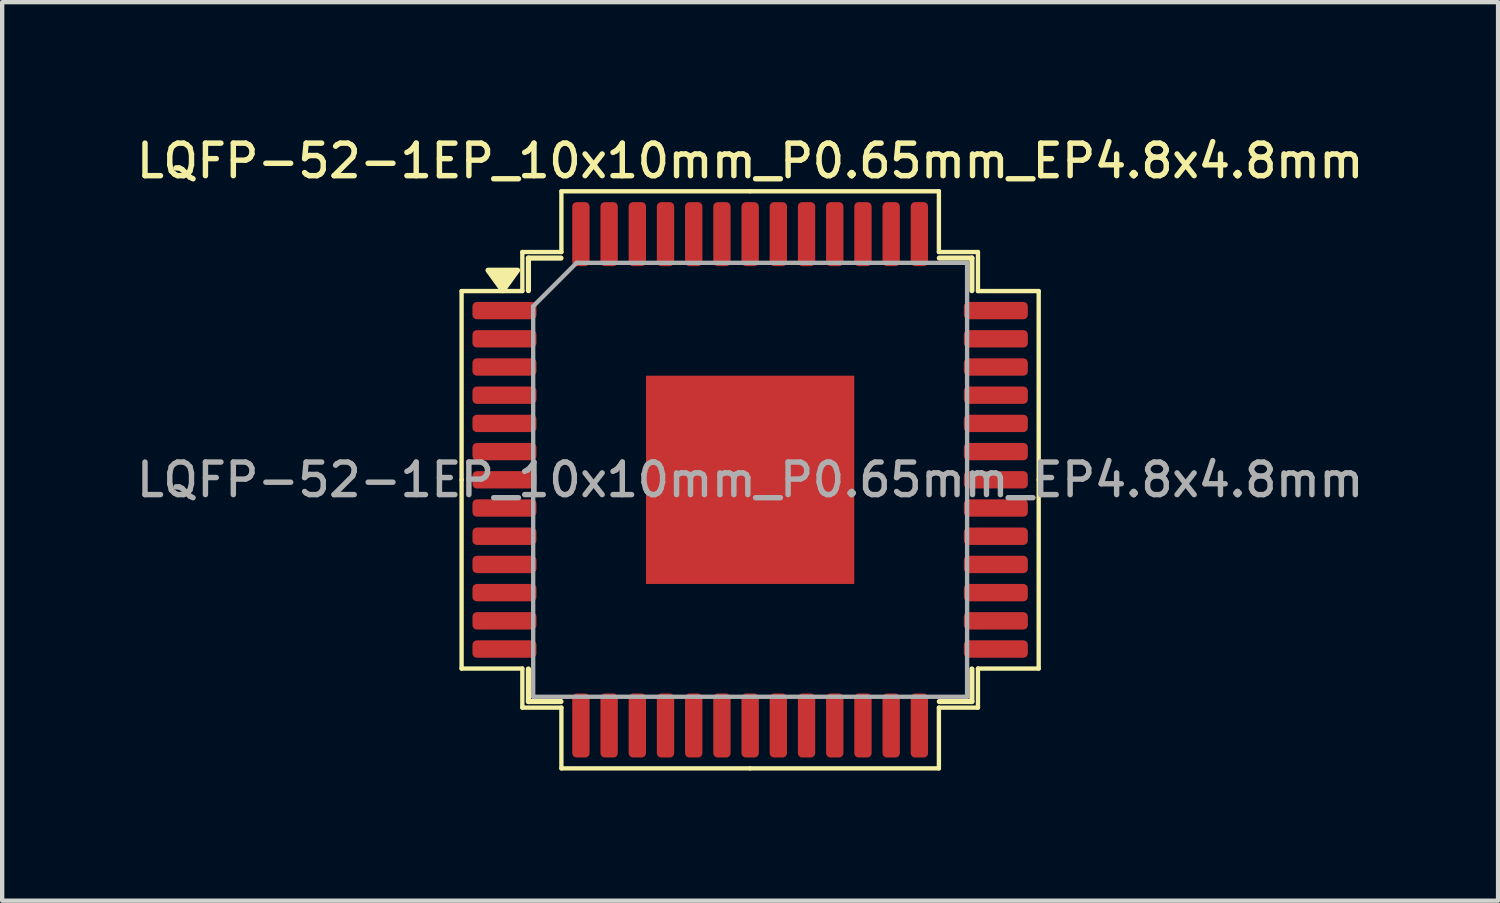
<source format=kicad_pcb>
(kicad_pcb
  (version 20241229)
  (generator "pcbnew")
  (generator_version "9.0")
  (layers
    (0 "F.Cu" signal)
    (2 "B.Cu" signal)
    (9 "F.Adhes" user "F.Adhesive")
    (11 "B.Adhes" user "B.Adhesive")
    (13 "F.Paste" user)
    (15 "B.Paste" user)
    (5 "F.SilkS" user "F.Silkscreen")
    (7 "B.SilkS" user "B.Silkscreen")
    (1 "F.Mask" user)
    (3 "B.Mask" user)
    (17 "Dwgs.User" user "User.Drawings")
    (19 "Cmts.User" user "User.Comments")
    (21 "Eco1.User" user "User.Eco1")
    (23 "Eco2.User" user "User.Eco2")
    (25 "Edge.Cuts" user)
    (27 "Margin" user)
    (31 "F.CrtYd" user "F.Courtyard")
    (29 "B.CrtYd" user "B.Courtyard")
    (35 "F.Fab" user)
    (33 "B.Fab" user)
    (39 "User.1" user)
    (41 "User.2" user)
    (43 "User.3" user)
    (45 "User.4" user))
  (footprint "LQFP-52-1EP_10x10mm_P0.65mm_EP4.8x4.8mm"
    (layer "F.Cu")
    (at 14.238 8.008)
    (property "Reference" "LQFP-52-1EP_10x10mm_P0.65mm_EP4.8x4.8mm" (at 0 -7.35 0) (layer "F.SilkS") (effects (font (size 0.75 0.75) (thickness 0.125))))
    (attr smd)
    (fp_line (start -6.65 -4.35) (end -6.65 0) (stroke (width 0.1) (type solid)) (layer "F.SilkS"))
    (fp_line (start -6.65 4.35) (end -6.65 0) (stroke (width 0.1) (type solid)) (layer "F.SilkS"))
    (fp_line (start -5.25 -5.25) (end -5.25 -4.35) (stroke (width 0.1) (type solid)) (layer "F.SilkS"))
    (fp_line (start -5.25 -4.35) (end -6.65 -4.35) (stroke (width 0.1) (type solid)) (layer "F.SilkS"))
    (fp_line (start -5.25 4.35) (end -6.65 4.35) (stroke (width 0.1) (type solid)) (layer "F.SilkS"))
    (fp_line (start -5.25 5.25) (end -5.25 4.35) (stroke (width 0.1) (type solid)) (layer "F.SilkS"))
    (fp_line (start -5.11 -5.11) (end -5.11 -4.36) (stroke (width 0.12) (type solid)) (layer "F.SilkS"))
    (fp_line (start -5.11 5.11) (end -5.11 4.36) (stroke (width 0.12) (type solid)) (layer "F.SilkS"))
    (fp_line (start -4.36 -5.11) (end -5.11 -5.11) (stroke (width 0.12) (type solid)) (layer "F.SilkS"))
    (fp_line (start -4.36 5.11) (end -5.11 5.11) (stroke (width 0.12) (type solid)) (layer "F.SilkS"))
    (fp_line (start -4.35 -6.65) (end -4.35 -5.25) (stroke (width 0.1) (type solid)) (layer "F.SilkS"))
    (fp_line (start -4.35 -5.25) (end -5.25 -5.25) (stroke (width 0.1) (type solid)) (layer "F.SilkS"))
    (fp_line (start -4.35 5.25) (end -5.25 5.25) (stroke (width 0.1) (type solid)) (layer "F.SilkS"))
    (fp_line (start -4.35 6.65) (end -4.35 5.25) (stroke (width 0.1) (type solid)) (layer "F.SilkS"))
    (fp_line (start 0 -6.65) (end -4.35 -6.65) (stroke (width 0.1) (type solid)) (layer "F.SilkS"))
    (fp_line (start 0 -6.65) (end 4.35 -6.65) (stroke (width 0.1) (type solid)) (layer "F.SilkS"))
    (fp_line (start 0 6.65) (end -4.35 6.65) (stroke (width 0.1) (type solid)) (layer "F.SilkS"))
    (fp_line (start 0 6.65) (end 4.35 6.65) (stroke (width 0.1) (type solid)) (layer "F.SilkS"))
    (fp_line (start 4.35 -6.65) (end 4.35 -5.25) (stroke (width 0.1) (type solid)) (layer "F.SilkS"))
    (fp_line (start 4.35 -5.25) (end 5.25 -5.25) (stroke (width 0.1) (type solid)) (layer "F.SilkS"))
    (fp_line (start 4.35 5.25) (end 5.25 5.25) (stroke (width 0.1) (type solid)) (layer "F.SilkS"))
    (fp_line (start 4.35 6.65) (end 4.35 5.25) (stroke (width 0.1) (type solid)) (layer "F.SilkS"))
    (fp_line (start 4.36 -5.11) (end 5.11 -5.11) (stroke (width 0.12) (type solid)) (layer "F.SilkS"))
    (fp_line (start 4.36 5.11) (end 5.11 5.11) (stroke (width 0.12) (type solid)) (layer "F.SilkS"))
    (fp_line (start 5.11 -5.11) (end 5.11 -4.36) (stroke (width 0.12) (type solid)) (layer "F.SilkS"))
    (fp_line (start 5.11 5.11) (end 5.11 4.36) (stroke (width 0.12) (type solid)) (layer "F.SilkS"))
    (fp_line (start 5.25 -5.25) (end 5.25 -4.35) (stroke (width 0.1) (type solid)) (layer "F.SilkS"))
    (fp_line (start 5.25 -4.35) (end 6.65 -4.35) (stroke (width 0.1) (type solid)) (layer "F.SilkS"))
    (fp_line (start 5.25 4.35) (end 6.65 4.35) (stroke (width 0.1) (type solid)) (layer "F.SilkS"))
    (fp_line (start 5.25 5.25) (end 5.25 4.35) (stroke (width 0.1) (type solid)) (layer "F.SilkS"))
    (fp_line (start 6.65 -4.35) (end 6.65 0) (stroke (width 0.1) (type solid)) (layer "F.SilkS"))
    (fp_line (start 6.65 4.35) (end 6.65 0) (stroke (width 0.1) (type solid)) (layer "F.SilkS"))
    (fp_poly (pts (xy -5.7 -4.36) (xy -6.04 -4.83) (xy -5.36 -4.83) (xy -5.7 -4.36)) (stroke (width 0.12) (type solid)) (fill yes) (layer "F.SilkS"))
    (fp_line (start -5 -4) (end -4 -5) (stroke (width 0.1) (type solid)) (layer "F.Fab"))
    (fp_line (start -5 5) (end -5 -4) (stroke (width 0.1) (type solid)) (layer "F.Fab"))
    (fp_line (start -4 -5) (end 5 -5) (stroke (width 0.1) (type solid)) (layer "F.Fab"))
    (fp_line (start 5 -5) (end 5 5) (stroke (width 0.1) (type solid)) (layer "F.Fab"))
    (fp_line (start 5 5) (end -5 5) (stroke (width 0.1) (type solid)) (layer "F.Fab"))
    (fp_text user "${REFERENCE}" (at 0 0 0) (layer "F.Fab") (effects (font (size 0.75 0.75) (thickness 0.125))))
    (pad "" smd roundrect (at -1.6 -1.6) (size 1.29 1.29) (layers "F.Paste") (roundrect_rratio 0.194))
    (pad "" smd roundrect (at -1.6 0) (size 1.29 1.29) (layers "F.Paste") (roundrect_rratio 0.194))
    (pad "" smd roundrect (at -1.6 1.6) (size 1.29 1.29) (layers "F.Paste") (roundrect_rratio 0.194))
    (pad "" smd roundrect (at 0 -1.6) (size 1.29 1.29) (layers "F.Paste") (roundrect_rratio 0.194))
    (pad "" smd roundrect (at 0 0) (size 1.29 1.29) (layers "F.Paste") (roundrect_rratio 0.194))
    (pad "" smd roundrect (at 0 1.6) (size 1.29 1.29) (layers "F.Paste") (roundrect_rratio 0.194))
    (pad "" smd roundrect (at 1.6 -1.6) (size 1.29 1.29) (layers "F.Paste") (roundrect_rratio 0.194))
    (pad "" smd roundrect (at 1.6 0) (size 1.29 1.29) (layers "F.Paste") (roundrect_rratio 0.194))
    (pad "" smd roundrect (at 1.6 1.6) (size 1.29 1.29) (layers "F.Paste") (roundrect_rratio 0.194))
    (pad "1" smd roundrect (at -5.662 -3.9) (size 1.475 0.4) (layers "F.Cu" "F.Mask" "F.Paste") (roundrect_rratio 0.25))
    (pad "2" smd roundrect (at -5.662 -3.25) (size 1.475 0.4) (layers "F.Cu" "F.Mask" "F.Paste") (roundrect_rratio 0.25))
    (pad "3" smd roundrect (at -5.662 -2.6) (size 1.475 0.4) (layers "F.Cu" "F.Mask" "F.Paste") (roundrect_rratio 0.25))
    (pad "4" smd roundrect (at -5.662 -1.95) (size 1.475 0.4) (layers "F.Cu" "F.Mask" "F.Paste") (roundrect_rratio 0.25))
    (pad "5" smd roundrect (at -5.662 -1.3) (size 1.475 0.4) (layers "F.Cu" "F.Mask" "F.Paste") (roundrect_rratio 0.25))
    (pad "6" smd roundrect (at -5.662 -0.65) (size 1.475 0.4) (layers "F.Cu" "F.Mask" "F.Paste") (roundrect_rratio 0.25))
    (pad "7" smd roundrect (at -5.662 0) (size 1.475 0.4) (layers "F.Cu" "F.Mask" "F.Paste") (roundrect_rratio 0.25))
    (pad "8" smd roundrect (at -5.662 0.65) (size 1.475 0.4) (layers "F.Cu" "F.Mask" "F.Paste") (roundrect_rratio 0.25))
    (pad "9" smd roundrect (at -5.662 1.3) (size 1.475 0.4) (layers "F.Cu" "F.Mask" "F.Paste") (roundrect_rratio 0.25))
    (pad "10" smd roundrect (at -5.662 1.95) (size 1.475 0.4) (layers "F.Cu" "F.Mask" "F.Paste") (roundrect_rratio 0.25))
    (pad "11" smd roundrect (at -5.662 2.6) (size 1.475 0.4) (layers "F.Cu" "F.Mask" "F.Paste") (roundrect_rratio 0.25))
    (pad "12" smd roundrect (at -5.662 3.25) (size 1.475 0.4) (layers "F.Cu" "F.Mask" "F.Paste") (roundrect_rratio 0.25))
    (pad "13" smd roundrect (at -5.662 3.9) (size 1.475 0.4) (layers "F.Cu" "F.Mask" "F.Paste") (roundrect_rratio 0.25))
    (pad "14" smd roundrect (at -3.9 5.662) (size 0.4 1.475) (layers "F.Cu" "F.Mask" "F.Paste") (roundrect_rratio 0.25))
    (pad "15" smd roundrect (at -3.25 5.662) (size 0.4 1.475) (layers "F.Cu" "F.Mask" "F.Paste") (roundrect_rratio 0.25))
    (pad "16" smd roundrect (at -2.6 5.662) (size 0.4 1.475) (layers "F.Cu" "F.Mask" "F.Paste") (roundrect_rratio 0.25))
    (pad "17" smd roundrect (at -1.95 5.662) (size 0.4 1.475) (layers "F.Cu" "F.Mask" "F.Paste") (roundrect_rratio 0.25))
    (pad "18" smd roundrect (at -1.3 5.662) (size 0.4 1.475) (layers "F.Cu" "F.Mask" "F.Paste") (roundrect_rratio 0.25))
    (pad "19" smd roundrect (at -0.65 5.662) (size 0.4 1.475) (layers "F.Cu" "F.Mask" "F.Paste") (roundrect_rratio 0.25))
    (pad "20" smd roundrect (at 0 5.662) (size 0.4 1.475) (layers "F.Cu" "F.Mask" "F.Paste") (roundrect_rratio 0.25))
    (pad "21" smd roundrect (at 0.65 5.662) (size 0.4 1.475) (layers "F.Cu" "F.Mask" "F.Paste") (roundrect_rratio 0.25))
    (pad "22" smd roundrect (at 1.3 5.662) (size 0.4 1.475) (layers "F.Cu" "F.Mask" "F.Paste") (roundrect_rratio 0.25))
    (pad "23" smd roundrect (at 1.95 5.662) (size 0.4 1.475) (layers "F.Cu" "F.Mask" "F.Paste") (roundrect_rratio 0.25))
    (pad "24" smd roundrect (at 2.6 5.662) (size 0.4 1.475) (layers "F.Cu" "F.Mask" "F.Paste") (roundrect_rratio 0.25))
    (pad "25" smd roundrect (at 3.25 5.662) (size 0.4 1.475) (layers "F.Cu" "F.Mask" "F.Paste") (roundrect_rratio 0.25))
    (pad "26" smd roundrect (at 3.9 5.662) (size 0.4 1.475) (layers "F.Cu" "F.Mask" "F.Paste") (roundrect_rratio 0.25))
    (pad "27" smd roundrect (at 5.662 3.9) (size 1.475 0.4) (layers "F.Cu" "F.Mask" "F.Paste") (roundrect_rratio 0.25))
    (pad "28" smd roundrect (at 5.662 3.25) (size 1.475 0.4) (layers "F.Cu" "F.Mask" "F.Paste") (roundrect_rratio 0.25))
    (pad "29" smd roundrect (at 5.662 2.6) (size 1.475 0.4) (layers "F.Cu" "F.Mask" "F.Paste") (roundrect_rratio 0.25))
    (pad "30" smd roundrect (at 5.662 1.95) (size 1.475 0.4) (layers "F.Cu" "F.Mask" "F.Paste") (roundrect_rratio 0.25))
    (pad "31" smd roundrect (at 5.662 1.3) (size 1.475 0.4) (layers "F.Cu" "F.Mask" "F.Paste") (roundrect_rratio 0.25))
    (pad "32" smd roundrect (at 5.662 0.65) (size 1.475 0.4) (layers "F.Cu" "F.Mask" "F.Paste") (roundrect_rratio 0.25))
    (pad "33" smd roundrect (at 5.662 0) (size 1.475 0.4) (layers "F.Cu" "F.Mask" "F.Paste") (roundrect_rratio 0.25))
    (pad "34" smd roundrect (at 5.662 -0.65) (size 1.475 0.4) (layers "F.Cu" "F.Mask" "F.Paste") (roundrect_rratio 0.25))
    (pad "35" smd roundrect (at 5.662 -1.3) (size 1.475 0.4) (layers "F.Cu" "F.Mask" "F.Paste") (roundrect_rratio 0.25))
    (pad "36" smd roundrect (at 5.662 -1.95) (size 1.475 0.4) (layers "F.Cu" "F.Mask" "F.Paste") (roundrect_rratio 0.25))
    (pad "37" smd roundrect (at 5.662 -2.6) (size 1.475 0.4) (layers "F.Cu" "F.Mask" "F.Paste") (roundrect_rratio 0.25))
    (pad "38" smd roundrect (at 5.662 -3.25) (size 1.475 0.4) (layers "F.Cu" "F.Mask" "F.Paste") (roundrect_rratio 0.25))
    (pad "39" smd roundrect (at 5.662 -3.9) (size 1.475 0.4) (layers "F.Cu" "F.Mask" "F.Paste") (roundrect_rratio 0.25))
    (pad "40" smd roundrect (at 3.9 -5.662) (size 0.4 1.475) (layers "F.Cu" "F.Mask" "F.Paste") (roundrect_rratio 0.25))
    (pad "41" smd roundrect (at 3.25 -5.662) (size 0.4 1.475) (layers "F.Cu" "F.Mask" "F.Paste") (roundrect_rratio 0.25))
    (pad "42" smd roundrect (at 2.6 -5.662) (size 0.4 1.475) (layers "F.Cu" "F.Mask" "F.Paste") (roundrect_rratio 0.25))
    (pad "43" smd roundrect (at 1.95 -5.662) (size 0.4 1.475) (layers "F.Cu" "F.Mask" "F.Paste") (roundrect_rratio 0.25))
    (pad "44" smd roundrect (at 1.3 -5.662) (size 0.4 1.475) (layers "F.Cu" "F.Mask" "F.Paste") (roundrect_rratio 0.25))
    (pad "45" smd roundrect (at 0.65 -5.662) (size 0.4 1.475) (layers "F.Cu" "F.Mask" "F.Paste") (roundrect_rratio 0.25))
    (pad "46" smd roundrect (at 0 -5.662) (size 0.4 1.475) (layers "F.Cu" "F.Mask" "F.Paste") (roundrect_rratio 0.25))
    (pad "47" smd roundrect (at -0.65 -5.662) (size 0.4 1.475) (layers "F.Cu" "F.Mask" "F.Paste") (roundrect_rratio 0.25))
    (pad "48" smd roundrect (at -1.3 -5.662) (size 0.4 1.475) (layers "F.Cu" "F.Mask" "F.Paste") (roundrect_rratio 0.25))
    (pad "49" smd roundrect (at -1.95 -5.662) (size 0.4 1.475) (layers "F.Cu" "F.Mask" "F.Paste") (roundrect_rratio 0.25))
    (pad "50" smd roundrect (at -2.6 -5.662) (size 0.4 1.475) (layers "F.Cu" "F.Mask" "F.Paste") (roundrect_rratio 0.25))
    (pad "51" smd roundrect (at -3.25 -5.662) (size 0.4 1.475) (layers "F.Cu" "F.Mask" "F.Paste") (roundrect_rratio 0.25))
    (pad "52" smd roundrect (at -3.9 -5.662) (size 0.4 1.475) (layers "F.Cu" "F.Mask" "F.Paste") (roundrect_rratio 0.25))
    (pad "53" smd rect (at 0 0) (size 4.8 4.8) (property pad_prop_heatsink) (layers "F.Cu" "F.Mask")))
  (gr_rect
    (start -3 -3)
    (end 31.475 17.708)
    (stroke (width 0.1) (type default))
    (fill no)
    (layer "Edge.Cuts")))
</source>
